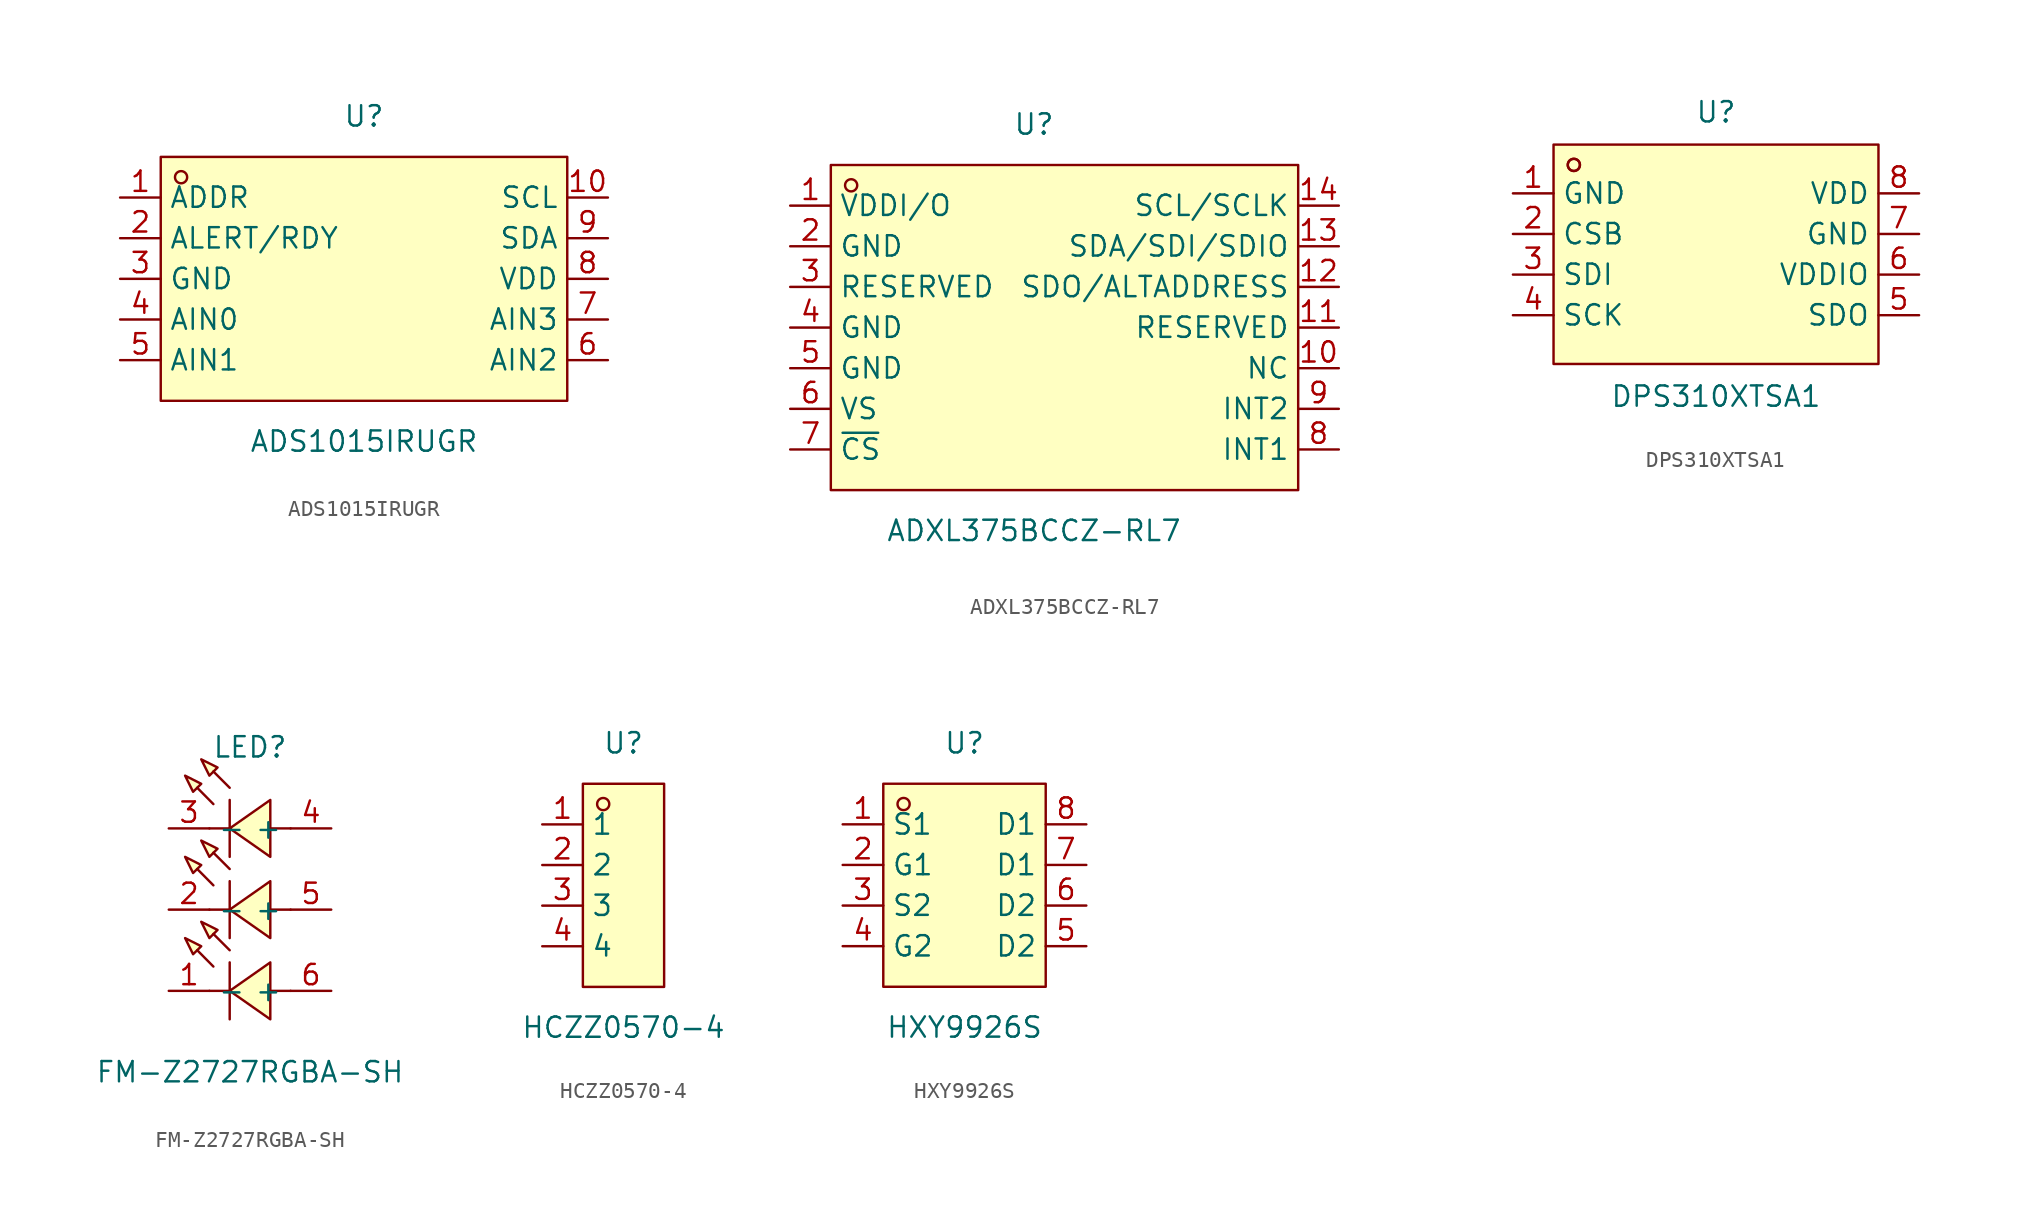
<source format=kicad_sym>
(kicad_symbol_lib
  (version 20231120)
  (generator "kicad_symbol_editor")
  (generator_version "8.0")
  (symbol "ADS1015IRUGR"
    (property "Reference" "U"
      (at 0 10.16 0)
      (effects (font (size 1.27 1.27))))
    (property "Value" "ADS1015IRUGR"
      (at 0 -10.16 0)
      (effects (font (size 1.27 1.27))))
    (symbol "ADS1015IRUGR_0_1"
      (rectangle (start -12.7 7.62) (end 12.7 -7.62) (stroke (width 0) (type default)) (fill (type background)))
      (circle (center -11.43 6.35) (radius 0.38) (stroke (width 0) (type default)) (fill (type none)))
      (pin unspecified line (at -15.24 5.08 0) (length 2.54) (name "ADDR" (effects (font (size 1.27 1.27)))) (number "1" (effects (font (size 1.27 1.27)))))
      (pin unspecified line (at 15.24 5.08 180) (length 2.54) (name "SCL" (effects (font (size 1.27 1.27)))) (number "10" (effects (font (size 1.27 1.27)))))
      (pin unspecified line (at -15.24 2.54 0) (length 2.54) (name "ALERT/RDY" (effects (font (size 1.27 1.27)))) (number "2" (effects (font (size 1.27 1.27)))))
      (pin unspecified line (at -15.24 0 0) (length 2.54) (name "GND" (effects (font (size 1.27 1.27)))) (number "3" (effects (font (size 1.27 1.27)))))
      (pin unspecified line (at -15.24 -2.54 0) (length 2.54) (name "AIN0" (effects (font (size 1.27 1.27)))) (number "4" (effects (font (size 1.27 1.27)))))
      (pin unspecified line (at -15.24 -5.08 0) (length 2.54) (name "AIN1" (effects (font (size 1.27 1.27)))) (number "5" (effects (font (size 1.27 1.27)))))
      (pin unspecified line (at 15.24 -5.08 180) (length 2.54) (name "AIN2" (effects (font (size 1.27 1.27)))) (number "6" (effects (font (size 1.27 1.27)))))
      (pin unspecified line (at 15.24 -2.54 180) (length 2.54) (name "AIN3" (effects (font (size 1.27 1.27)))) (number "7" (effects (font (size 1.27 1.27)))))
      (pin unspecified line (at 15.24 0 180) (length 2.54) (name "VDD" (effects (font (size 1.27 1.27)))) (number "8" (effects (font (size 1.27 1.27)))))
      (pin unspecified line (at 15.24 2.54 180) (length 2.54) (name "SDA" (effects (font (size 1.27 1.27)))) (number "9" (effects (font (size 1.27 1.27)))))))
  (symbol "ADXL375BCCZ-RL7"
    (property "Reference" "U"
      (at 0 12.7 0)
      (effects (font (size 1.27 1.27))))
    (property "Value" "ADXL375BCCZ-RL7"
      (at 0 -12.7 0)
      (effects (font (size 1.27 1.27))))
    (symbol "ADXL375BCCZ-RL7_0_1"
      (rectangle (start -12.7 10.16) (end 16.51 -10.16) (stroke (width 0) (type default)) (fill (type background)))
      (circle (center -11.43 8.89) (radius 0.38) (stroke (width 0) (type default)) (fill (type none)))
      (pin unspecified line (at -15.24 7.62 0) (length 2.54) (name "VDDI/O" (effects (font (size 1.27 1.27)))) (number "1" (effects (font (size 1.27 1.27)))))
      (pin unspecified line (at 19.05 -2.54 180) (length 2.54) (name "NC" (effects (font (size 1.27 1.27)))) (number "10" (effects (font (size 1.27 1.27)))))
      (pin unspecified line (at 19.05 0 180) (length 2.54) (name "RESERVED" (effects (font (size 1.27 1.27)))) (number "11" (effects (font (size 1.27 1.27)))))
      (pin unspecified line (at 19.05 2.54 180) (length 2.54) (name "SDO/ALTADDRESS" (effects (font (size 1.27 1.27)))) (number "12" (effects (font (size 1.27 1.27)))))
      (pin unspecified line (at 19.05 5.08 180) (length 2.54) (name "SDA/SDI/SDIO" (effects (font (size 1.27 1.27)))) (number "13" (effects (font (size 1.27 1.27)))))
      (pin unspecified line (at 19.05 7.62 180) (length 2.54) (name "SCL/SCLK" (effects (font (size 1.27 1.27)))) (number "14" (effects (font (size 1.27 1.27)))))
      (pin unspecified line (at -15.24 5.08 0) (length 2.54) (name "GND" (effects (font (size 1.27 1.27)))) (number "2" (effects (font (size 1.27 1.27)))))
      (pin unspecified line (at -15.24 2.54 0) (length 2.54) (name "RESERVED" (effects (font (size 1.27 1.27)))) (number "3" (effects (font (size 1.27 1.27)))))
      (pin unspecified line (at -15.24 0 0) (length 2.54) (name "GND" (effects (font (size 1.27 1.27)))) (number "4" (effects (font (size 1.27 1.27)))))
      (pin unspecified line (at -15.24 -2.54 0) (length 2.54) (name "GND" (effects (font (size 1.27 1.27)))) (number "5" (effects (font (size 1.27 1.27)))))
      (pin unspecified line (at -15.24 -5.08 0) (length 2.54) (name "VS" (effects (font (size 1.27 1.27)))) (number "6" (effects (font (size 1.27 1.27)))))
      (pin unspecified line (at -15.24 -7.62 0) (length 2.54) (name "~{CS}" (effects (font (size 1.27 1.27)))) (number "7" (effects (font (size 1.27 1.27)))))
      (pin unspecified line (at 19.05 -7.62 180) (length 2.54) (name "INT1" (effects (font (size 1.27 1.27)))) (number "8" (effects (font (size 1.27 1.27)))))
      (pin unspecified line (at 19.05 -5.08 180) (length 2.54) (name "INT2" (effects (font (size 1.27 1.27)))) (number "9" (effects (font (size 1.27 1.27)))))))
  (symbol "DPS310XTSA1"
    (property "Reference" "U"
      (at 0 8.89 0)
      (effects (font (size 1.27 1.27))))
    (property "Value" "DPS310XTSA1"
      (at 0 -8.89 0)
      (effects (font (size 1.27 1.27))))
    (symbol "DPS310XTSA1_0_1"
      (rectangle (start -10.16 6.86) (end 10.16 -6.86) (stroke (width 0) (type default)) (fill (type background)))
      (circle (center -8.89 5.59) (radius 0.38) (stroke (width 0) (type default)) (fill (type none)))
      (circle (center -8.89 5.59) (radius 0.38) (stroke (width 0) (type default)) (fill (type none)))
      (pin unspecified line (at -12.7 3.81 0) (length 2.54) (name "GND" (effects (font (size 1.27 1.27)))) (number "1" (effects (font (size 1.27 1.27)))))
      (pin unspecified line (at -12.7 1.27 0) (length 2.54) (name "CSB" (effects (font (size 1.27 1.27)))) (number "2" (effects (font (size 1.27 1.27)))))
      (pin unspecified line (at -12.7 -1.27 0) (length 2.54) (name "SDI" (effects (font (size 1.27 1.27)))) (number "3" (effects (font (size 1.27 1.27)))))
      (pin unspecified line (at -12.7 -3.81 0) (length 2.54) (name "SCK" (effects (font (size 1.27 1.27)))) (number "4" (effects (font (size 1.27 1.27)))))
      (pin unspecified line (at 12.7 -3.81 180) (length 2.54) (name "SDO" (effects (font (size 1.27 1.27)))) (number "5" (effects (font (size 1.27 1.27)))))
      (pin unspecified line (at 12.7 -1.27 180) (length 2.54) (name "VDDIO" (effects (font (size 1.27 1.27)))) (number "6" (effects (font (size 1.27 1.27)))))
      (pin unspecified line (at 12.7 1.27 180) (length 2.54) (name "GND" (effects (font (size 1.27 1.27)))) (number "7" (effects (font (size 1.27 1.27)))))
      (pin unspecified line (at 12.7 3.81 180) (length 2.54) (name "VDD" (effects (font (size 1.27 1.27)))) (number "8" (effects (font (size 1.27 1.27)))))))
  (symbol "FM-Z2727RGBA-SH"
    (property "Reference" "LED"
      (at 0 10.16 0)
      (effects (font (size 1.27 1.27))))
    (property "Value" "FM-Z2727RGBA-SH"
      (at 0 -10.16 0)
      (effects (font (size 1.27 1.27))))
    (symbol "FM-Z2727RGBA-SH_0_1"
      (polyline (pts (xy -1.27 -5.08) (xy -2.54 -5.08)) (stroke (width 0) (type default)) (fill (type none)))
      (polyline (pts (xy -1.27 -3.3) (xy -1.27 -6.86)) (stroke (width 0) (type default)) (fill (type none)))
      (polyline (pts (xy -1.27 0) (xy -2.54 0)) (stroke (width 0) (type default)) (fill (type none)))
      (polyline (pts (xy -1.27 1.78) (xy -1.27 -1.78)) (stroke (width 0) (type default)) (fill (type none)))
      (polyline (pts (xy -1.27 5.08) (xy -2.54 5.08)) (stroke (width 0) (type default)) (fill (type none)))
      (polyline (pts (xy -1.27 6.86) (xy -1.27 3.3)) (stroke (width 0) (type default)) (fill (type none)))
      (polyline (pts (xy 2.54 -5.08) (xy 1.27 -5.08)) (stroke (width 0) (type default)) (fill (type none)))
      (polyline (pts (xy 2.54 0) (xy 1.27 0)) (stroke (width 0) (type default)) (fill (type none)))
      (polyline (pts (xy 2.54 5.08) (xy 1.27 5.08)) (stroke (width 0) (type default)) (fill (type none)))
      (polyline (pts (xy -2.29 -3.56) (xy -3.3 -2.54) (xy -2.29 -3.56)) (stroke (width 0) (type default)) (fill (type background)))
      (polyline (pts (xy -2.29 1.52) (xy -3.3 2.54) (xy -2.29 1.52)) (stroke (width 0) (type default)) (fill (type background)))
      (polyline (pts (xy -2.29 6.6) (xy -3.3 7.62) (xy -2.29 6.6)) (stroke (width 0) (type default)) (fill (type background)))
      (polyline (pts (xy -1.27 -2.54) (xy -2.29 -1.52) (xy -1.27 -2.54)) (stroke (width 0) (type default)) (fill (type background)))
      (polyline (pts (xy -1.27 2.54) (xy -2.29 3.56) (xy -1.27 2.54)) (stroke (width 0) (type default)) (fill (type background)))
      (polyline (pts (xy -1.27 7.62) (xy -2.29 8.64) (xy -1.27 7.62)) (stroke (width 0) (type default)) (fill (type background)))
      (polyline (pts (xy -4.06 -1.78) (xy -3.05 -2.29) (xy -3.56 -2.79) (xy -4.06 -1.78)) (stroke (width 0) (type default)) (fill (type background)))
      (polyline (pts (xy -4.06 3.3) (xy -3.05 2.79) (xy -3.56 2.29) (xy -4.06 3.3)) (stroke (width 0) (type default)) (fill (type background)))
      (polyline (pts (xy -4.06 8.38) (xy -3.05 7.87) (xy -3.56 7.37) (xy -4.06 8.38)) (stroke (width 0) (type default)) (fill (type background)))
      (polyline (pts (xy -3.05 -0.76) (xy -2.03 -1.27) (xy -2.54 -1.78) (xy -3.05 -0.76)) (stroke (width 0) (type default)) (fill (type background)))
      (polyline (pts (xy -3.05 4.32) (xy -2.03 3.81) (xy -2.54 3.3) (xy -3.05 4.32)) (stroke (width 0) (type default)) (fill (type background)))
      (polyline (pts (xy -3.05 9.4) (xy -2.03 8.89) (xy -2.54 8.38) (xy -3.05 9.4)) (stroke (width 0) (type default)) (fill (type background)))
      (polyline (pts (xy 1.27 -3.3) (xy -1.27 -5.08) (xy 1.27 -6.86) (xy 1.27 -3.3)) (stroke (width 0) (type default)) (fill (type background)))
      (polyline (pts (xy 1.27 1.78) (xy -1.27 0) (xy 1.27 -1.78) (xy 1.27 1.78)) (stroke (width 0) (type default)) (fill (type background)))
      (polyline (pts (xy 1.27 6.86) (xy -1.27 5.08) (xy 1.27 3.3) (xy 1.27 6.86)) (stroke (width 0) (type default)) (fill (type background)))
      (pin unspecified line (at -5.08 -5.08 0) (length 2.54) (name "-" (effects (font (size 1.27 1.27)))) (number "1" (effects (font (size 1.27 1.27)))))
      (pin unspecified line (at -5.08 0 0) (length 2.54) (name "-" (effects (font (size 1.27 1.27)))) (number "2" (effects (font (size 1.27 1.27)))))
      (pin unspecified line (at -5.08 5.08 0) (length 2.54) (name "-" (effects (font (size 1.27 1.27)))) (number "3" (effects (font (size 1.27 1.27)))))
      (pin unspecified line (at 5.08 5.08 180) (length 2.54) (name "+" (effects (font (size 1.27 1.27)))) (number "4" (effects (font (size 1.27 1.27)))))
      (pin unspecified line (at 5.08 0 180) (length 2.54) (name "+" (effects (font (size 1.27 1.27)))) (number "5" (effects (font (size 1.27 1.27)))))
      (pin unspecified line (at 5.08 -5.08 180) (length 2.54) (name "+" (effects (font (size 1.27 1.27)))) (number "6" (effects (font (size 1.27 1.27)))))))
  (symbol "HCZZ0570-4"
    (property "Reference" "U"
      (at 0 8.89 0)
      (effects (font (size 1.27 1.27))))
    (property "Value" "HCZZ0570-4"
      (at 0 -8.89 0)
      (effects (font (size 1.27 1.27))))
    (symbol "HCZZ0570-4_0_1"
      (rectangle (start -2.54 6.35) (end 2.54 -6.35) (stroke (width 0) (type default)) (fill (type background)))
      (circle (center -1.27 5.08) (radius 0.38) (stroke (width 0) (type default)) (fill (type none)))
      (pin unspecified line (at -5.08 3.81 0) (length 2.54) (name "1" (effects (font (size 1.27 1.27)))) (number "1" (effects (font (size 1.27 1.27)))))
      (pin unspecified line (at -5.08 1.27 0) (length 2.54) (name "2" (effects (font (size 1.27 1.27)))) (number "2" (effects (font (size 1.27 1.27)))))
      (pin unspecified line (at -5.08 -1.27 0) (length 2.54) (name "3" (effects (font (size 1.27 1.27)))) (number "3" (effects (font (size 1.27 1.27)))))
      (pin unspecified line (at -5.08 -3.81 0) (length 2.54) (name "4" (effects (font (size 1.27 1.27)))) (number "4" (effects (font (size 1.27 1.27)))))))
  (symbol "HXY9926S"
    (property "Reference" "U"
      (at 0 8.89 0)
      (effects (font (size 1.27 1.27))))
    (property "Value" "HXY9926S"
      (at 0 -8.89 0)
      (effects (font (size 1.27 1.27))))
    (symbol "HXY9926S_0_1"
      (rectangle (start -5.08 6.35) (end 5.08 -6.35) (stroke (width 0) (type default)) (fill (type background)))
      (circle (center -3.81 5.08) (radius 0.38) (stroke (width 0) (type default)) (fill (type none)))
      (pin unspecified line (at -7.62 3.81 0) (length 2.54) (name "S1" (effects (font (size 1.27 1.27)))) (number "1" (effects (font (size 1.27 1.27)))))
      (pin unspecified line (at -7.62 1.27 0) (length 2.54) (name "G1" (effects (font (size 1.27 1.27)))) (number "2" (effects (font (size 1.27 1.27)))))
      (pin unspecified line (at -7.62 -1.27 0) (length 2.54) (name "S2" (effects (font (size 1.27 1.27)))) (number "3" (effects (font (size 1.27 1.27)))))
      (pin unspecified line (at -7.62 -3.81 0) (length 2.54) (name "G2" (effects (font (size 1.27 1.27)))) (number "4" (effects (font (size 1.27 1.27)))))
      (pin unspecified line (at 7.62 -3.81 180) (length 2.54) (name "D2" (effects (font (size 1.27 1.27)))) (number "5" (effects (font (size 1.27 1.27)))))
      (pin unspecified line (at 7.62 -1.27 180) (length 2.54) (name "D2" (effects (font (size 1.27 1.27)))) (number "6" (effects (font (size 1.27 1.27)))))
      (pin unspecified line (at 7.62 1.27 180) (length 2.54) (name "D1" (effects (font (size 1.27 1.27)))) (number "7" (effects (font (size 1.27 1.27)))))
      (pin unspecified line (at 7.62 3.81 180) (length 2.54) (name "D1" (effects (font (size 1.27 1.27)))) (number "8" (effects (font (size 1.27 1.27))))))))
</source>
